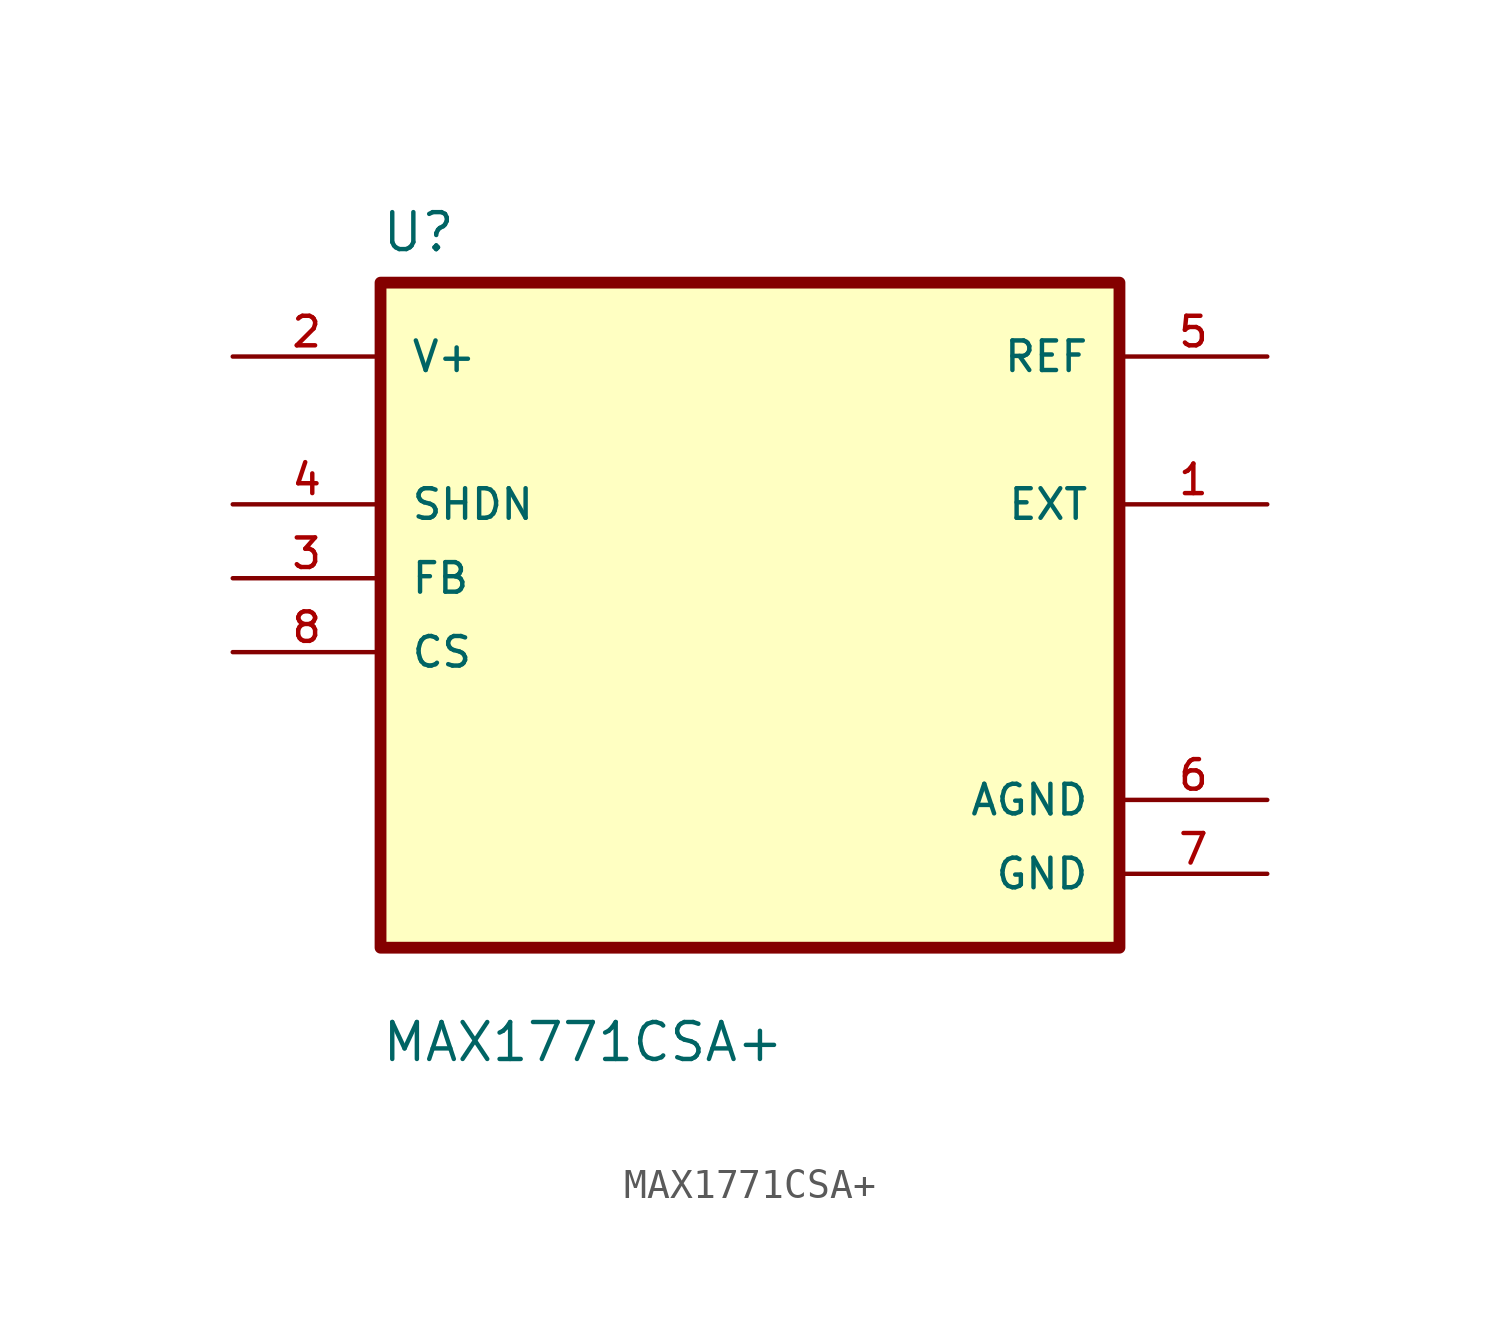
<source format=kicad_sym>
(kicad_symbol_lib
  (version 20201005)
  (generator kicad_symbol_editor)
  (symbol "MAX1771CSA+"
    (pin_names
      (offset 1.016))
    (property "Reference" "U"
      (at -12.7 11.151 0)
      (effects (font (size 1.27 1.27)) (justify left bottom)))
    (property "Value" "MAX1771CSA+"
      (at -12.7 -16.688 0)
      (effects (font (size 1.27 1.27)) (justify left bottom)))
    (property "ki_locked" ""
      (at 0 0 0)
      (effects (font (size 1.27 1.27))))
    (symbol "MAX1771CSA+_0_0"
      (rectangle (start -12.7 -12.7) (end 12.7 10.16) (stroke (width 0.406)) (fill (type background)))
      (pin output line (at 17.78 2.54 180) (length 5.08) (name "EXT" (effects (font (size 1.016 1.016)))) (number "1" (effects (font (size 1.016 1.016)))))
      (pin input line (at -17.78 7.62 0) (length 5.08) (name "V+" (effects (font (size 1.016 1.016)))) (number "2" (effects (font (size 1.016 1.016)))))
      (pin input line (at -17.78 0 0) (length 5.08) (name "FB" (effects (font (size 1.016 1.016)))) (number "3" (effects (font (size 1.016 1.016)))))
      (pin input line (at -17.78 2.54 0) (length 5.08) (name "SHDN" (effects (font (size 1.016 1.016)))) (number "4" (effects (font (size 1.016 1.016)))))
      (pin output line (at 17.78 7.62 180) (length 5.08) (name "REF" (effects (font (size 1.016 1.016)))) (number "5" (effects (font (size 1.016 1.016)))))
      (pin power_in line (at 17.78 -7.62 180) (length 5.08) (name "AGND" (effects (font (size 1.016 1.016)))) (number "6" (effects (font (size 1.016 1.016)))))
      (pin power_in line (at 17.78 -10.16 180) (length 5.08) (name "GND" (effects (font (size 1.016 1.016)))) (number "7" (effects (font (size 1.016 1.016)))))
      (pin input line (at -17.78 -2.54 0) (length 5.08) (name "CS" (effects (font (size 1.016 1.016)))) (number "8" (effects (font (size 1.016 1.016))))))))
</source>
